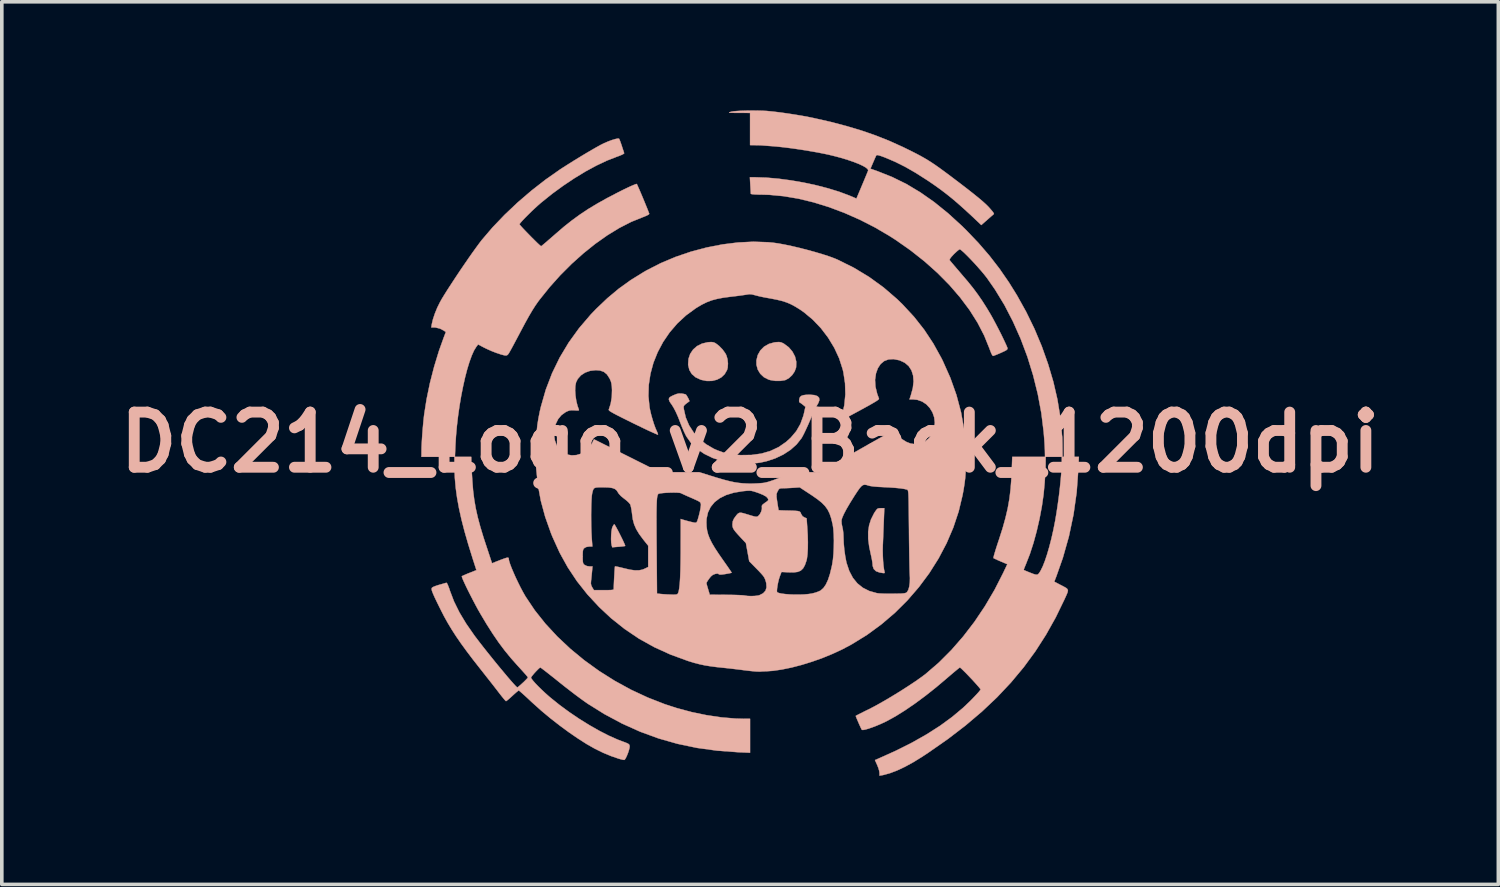
<source format=kicad_pcb>
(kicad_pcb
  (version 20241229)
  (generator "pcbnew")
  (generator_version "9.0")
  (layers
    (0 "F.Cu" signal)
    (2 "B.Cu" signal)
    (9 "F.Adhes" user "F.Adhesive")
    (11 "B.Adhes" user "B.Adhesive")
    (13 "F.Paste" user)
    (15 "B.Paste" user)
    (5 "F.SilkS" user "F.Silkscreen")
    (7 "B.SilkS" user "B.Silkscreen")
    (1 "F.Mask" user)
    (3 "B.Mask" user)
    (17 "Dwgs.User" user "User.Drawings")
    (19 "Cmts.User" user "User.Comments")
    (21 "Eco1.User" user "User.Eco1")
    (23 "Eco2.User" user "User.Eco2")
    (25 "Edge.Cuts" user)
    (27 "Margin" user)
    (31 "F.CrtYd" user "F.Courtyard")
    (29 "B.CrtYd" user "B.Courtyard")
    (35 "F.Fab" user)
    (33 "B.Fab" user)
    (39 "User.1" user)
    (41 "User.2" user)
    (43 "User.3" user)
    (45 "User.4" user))
  (footprint "DC214_Logo_v2_Back_1200dpi"
    (layer "F.Cu")
    (at 17.678 9.173)
    (property "Reference" "DC214_Logo_v2_Back_1200dpi" (at 0 0 0) (layer "B.SilkS") (effects (font (size 1.524 1.524) (thickness 0.3))))
    (attr through_hole)
    (fp_poly (pts (xy -3.738 2.283) (xy -3.709 2.331) (xy -3.671 2.401) (xy -3.626 2.486) (xy -3.58 2.578) (xy -3.535 2.668) (xy -3.496 2.75) (xy -3.467 2.815) (xy -3.452 2.855) (xy -3.451 2.864) (xy -3.475 2.87) (xy -3.531 2.877) (xy -3.608 2.885) (xy -3.635 2.887) (xy -3.809 2.901) (xy -3.825 2.842) (xy -3.837 2.771) (xy -3.841 2.674) (xy -3.838 2.568) (xy -3.83 2.466) (xy -3.816 2.382) (xy -3.804 2.344) (xy -3.779 2.295) (xy -3.757 2.267) (xy -3.752 2.265) (xy -3.738 2.283)) (stroke (width 0.01) (type solid)) (fill yes) (layer "B.SilkS"))
    (fp_poly (pts (xy 0.858 -2.762) (xy 0.916 -2.736) (xy 0.937 -2.724) (xy 1.069 -2.626) (xy 1.171 -2.506) (xy 1.242 -2.371) (xy 1.277 -2.227) (xy 1.273 -2.081) (xy 1.269 -2.058) (xy 1.23 -1.955) (xy 1.163 -1.857) (xy 1.077 -1.776) (xy 0.983 -1.723) (xy 0.963 -1.717) (xy 0.837 -1.697) (xy 0.695 -1.698) (xy 0.558 -1.72) (xy 0.508 -1.735) (xy 0.383 -1.799) (xy 0.283 -1.893) (xy 0.213 -2.009) (xy 0.177 -2.142) (xy 0.176 -2.264) (xy 0.213 -2.412) (xy 0.285 -2.539) (xy 0.388 -2.643) (xy 0.518 -2.718) (xy 0.671 -2.761) (xy 0.721 -2.767) (xy 0.8 -2.771) (xy 0.858 -2.762)) (stroke (width 0.01) (type solid)) (fill yes) (layer "B.SilkS"))
    (fp_poly (pts (xy -1.017 -2.765) (xy -0.97 -2.747) (xy -0.949 -2.735) (xy -0.852 -2.66) (xy -0.759 -2.564) (xy -0.685 -2.461) (xy -0.655 -2.405) (xy -0.624 -2.3) (xy -0.611 -2.18) (xy -0.618 -2.066) (xy -0.636 -1.998) (xy -0.701 -1.884) (xy -0.795 -1.794) (xy -0.914 -1.731) (xy -1.049 -1.697) (xy -1.196 -1.695) (xy -1.349 -1.726) (xy -1.367 -1.732) (xy -1.506 -1.797) (xy -1.609 -1.886) (xy -1.677 -1.998) (xy -1.709 -2.133) (xy -1.711 -2.155) (xy -1.701 -2.307) (xy -1.654 -2.444) (xy -1.574 -2.563) (xy -1.465 -2.659) (xy -1.329 -2.727) (xy -1.173 -2.764) (xy -1.154 -2.766) (xy -1.073 -2.771) (xy -1.017 -2.765)) (stroke (width 0.01) (type solid)) (fill yes) (layer "B.SilkS"))
    (fp_poly (pts (xy 3.696 2.175) (xy 3.69 2.326) (xy 3.683 2.492) (xy 3.677 2.657) (xy 3.671 2.802) (xy 3.669 2.836) (xy 3.666 2.983) (xy 3.669 3.135) (xy 3.676 3.282) (xy 3.688 3.414) (xy 3.703 3.521) (xy 3.717 3.582) (xy 3.721 3.604) (xy 3.711 3.614) (xy 3.678 3.614) (xy 3.616 3.604) (xy 3.577 3.597) (xy 3.481 3.562) (xy 3.418 3.501) (xy 3.389 3.416) (xy 3.387 3.384) (xy 3.381 3.321) (xy 3.367 3.235) (xy 3.348 3.143) (xy 3.346 3.136) (xy 3.293 2.889) (xy 3.265 2.67) (xy 3.264 2.474) (xy 3.29 2.296) (xy 3.343 2.129) (xy 3.424 1.968) (xy 3.449 1.927) (xy 3.49 1.868) (xy 3.521 1.836) (xy 3.558 1.823) (xy 3.612 1.82) (xy 3.614 1.82) (xy 3.71 1.82) (xy 3.696 2.175)) (stroke (width 0.01) (type solid)) (fill yes) (layer "B.SilkS"))
    (fp_poly (pts (xy -1.902 -1.348) (xy -1.89 -1.347) (xy -1.828 -1.336) (xy -1.785 -1.325) (xy -1.776 -1.322) (xy -1.757 -1.299) (xy -1.73 -1.255) (xy -1.702 -1.204) (xy -1.682 -1.159) (xy -1.675 -1.135) (xy -1.676 -1.134) (xy -1.753 -1.078) (xy -1.801 -1.039) (xy -1.827 -1.009) (xy -1.836 -0.979) (xy -1.833 -0.941) (xy -1.829 -0.912) (xy -1.777 -0.685) (xy -1.686 -0.47) (xy -1.559 -0.273) (xy -1.401 -0.096) (xy -1.213 0.056) (xy -1 0.18) (xy -0.889 0.228) (xy -0.734 0.283) (xy -0.586 0.32) (xy -0.427 0.343) (xy -0.26 0.354) (xy 0.039 0.35) (xy 0.313 0.312) (xy 0.563 0.239) (xy 0.792 0.131) (xy 0.999 -0.013) (xy 1.125 -0.128) (xy 1.278 -0.309) (xy 1.393 -0.51) (xy 1.474 -0.735) (xy 1.493 -0.813) (xy 1.53 -0.981) (xy 1.458 -1.04) (xy 1.411 -1.076) (xy 1.377 -1.098) (xy 1.371 -1.1) (xy 1.358 -1.118) (xy 1.356 -1.16) (xy 1.364 -1.209) (xy 1.38 -1.249) (xy 1.382 -1.251) (xy 1.418 -1.283) (xy 1.472 -1.302) (xy 1.553 -1.313) (xy 1.653 -1.315) (xy 1.776 -1.305) (xy 1.861 -1.277) (xy 1.907 -1.231) (xy 1.916 -1.167) (xy 1.886 -1.084) (xy 1.865 -1.049) (xy 1.836 -0.996) (xy 1.795 -0.913) (xy 1.746 -0.808) (xy 1.693 -0.69) (xy 1.65 -0.59) (xy 1.596 -0.466) (xy 1.54 -0.345) (xy 1.489 -0.238) (xy 1.445 -0.154) (xy 1.42 -0.111) (xy 1.286 0.058) (xy 1.118 0.208) (xy 0.919 0.338) (xy 0.696 0.444) (xy 0.452 0.524) (xy 0.281 0.561) (xy 0.191 0.573) (xy 0.075 0.581) (xy -0.057 0.587) (xy -0.191 0.59) (xy -0.317 0.589) (xy -0.423 0.585) (xy -0.487 0.579) (xy -0.777 0.518) (xy -1.037 0.431) (xy -1.266 0.319) (xy -1.463 0.184) (xy -1.627 0.025) (xy -1.756 -0.157) (xy -1.781 -0.203) (xy -1.825 -0.294) (xy -1.873 -0.404) (xy -1.917 -0.514) (xy -1.927 -0.54) (xy -1.987 -0.696) (xy -2.051 -0.839) (xy -2.114 -0.96) (xy -2.171 -1.051) (xy -2.189 -1.074) (xy -2.225 -1.129) (xy -2.243 -1.182) (xy -2.244 -1.191) (xy -2.237 -1.222) (xy -2.213 -1.249) (xy -2.161 -1.279) (xy -2.114 -1.301) (xy -2.03 -1.335) (xy -1.965 -1.349) (xy -1.902 -1.348)) (stroke (width 0.01) (type solid)) (fill yes) (layer "B.SilkS"))
    (fp_poly (pts (xy -3.624 -8.392) (xy -3.62 -8.389) (xy -3.606 -8.362) (xy -3.584 -8.305) (xy -3.557 -8.228) (xy -3.545 -8.191) (xy -3.518 -8.108) (xy -3.495 -8.04) (xy -3.481 -7.996) (xy -3.478 -7.988) (xy -3.493 -7.972) (xy -3.543 -7.946) (xy -3.62 -7.914) (xy -3.698 -7.886) (xy -3.963 -7.782) (xy -4.248 -7.647) (xy -4.547 -7.485) (xy -4.853 -7.299) (xy -5.162 -7.092) (xy -5.469 -6.868) (xy -5.766 -6.629) (xy -5.768 -6.628) (xy -5.852 -6.555) (xy -5.943 -6.472) (xy -6.038 -6.383) (xy -6.129 -6.293) (xy -6.213 -6.209) (xy -6.285 -6.134) (xy -6.337 -6.075) (xy -6.367 -6.036) (xy -6.371 -6.025) (xy -6.357 -6.004) (xy -6.318 -5.959) (xy -6.26 -5.896) (xy -6.188 -5.821) (xy -6.108 -5.739) (xy -6.026 -5.655) (xy -5.947 -5.577) (xy -5.877 -5.508) (xy -5.821 -5.456) (xy -5.784 -5.425) (xy -5.774 -5.419) (xy -5.755 -5.432) (xy -5.709 -5.47) (xy -5.64 -5.528) (xy -5.553 -5.604) (xy -5.451 -5.692) (xy -5.364 -5.768) (xy -5.143 -5.958) (xy -4.925 -6.131) (xy -4.704 -6.292) (xy -4.473 -6.446) (xy -4.224 -6.596) (xy -3.952 -6.748) (xy -3.649 -6.906) (xy -3.512 -6.975) (xy -3.398 -7.03) (xy -3.297 -7.077) (xy -3.215 -7.112) (xy -3.158 -7.134) (xy -3.132 -7.14) (xy -3.131 -7.139) (xy -3.118 -7.115) (xy -3.093 -7.058) (xy -3.057 -6.977) (xy -3.015 -6.879) (xy -2.969 -6.77) (xy -2.923 -6.659) (xy -2.879 -6.551) (xy -2.84 -6.456) (xy -2.81 -6.379) (xy -2.791 -6.328) (xy -2.786 -6.313) (xy -2.804 -6.293) (xy -2.855 -6.266) (xy -2.933 -6.233) (xy -2.963 -6.222) (xy -3.284 -6.092) (xy -3.612 -5.924) (xy -3.944 -5.721) (xy -4.277 -5.486) (xy -4.606 -5.222) (xy -4.929 -4.933) (xy -5.241 -4.621) (xy -5.538 -4.289) (xy -5.818 -3.94) (xy -5.86 -3.884) (xy -5.936 -3.775) (xy -6.019 -3.644) (xy -6.111 -3.487) (xy -6.215 -3.3) (xy -6.321 -3.101) (xy -6.397 -2.957) (xy -6.469 -2.821) (xy -6.534 -2.699) (xy -6.589 -2.597) (xy -6.631 -2.521) (xy -6.658 -2.475) (xy -6.66 -2.47) (xy -6.695 -2.421) (xy -6.725 -2.401) (xy -6.766 -2.4) (xy -6.79 -2.404) (xy -6.883 -2.428) (xy -7.001 -2.467) (xy -7.131 -2.517) (xy -7.26 -2.574) (xy -7.355 -2.62) (xy -7.516 -2.705) (xy -7.566 -2.638) (xy -7.629 -2.536) (xy -7.692 -2.395) (xy -7.755 -2.221) (xy -7.817 -2.019) (xy -7.876 -1.792) (xy -7.931 -1.545) (xy -7.983 -1.283) (xy -8.029 -1.01) (xy -8.069 -0.731) (xy -8.102 -0.45) (xy -8.127 -0.171) (xy -8.142 0.079) (xy -8.156 0.402) (xy -7.705 0.402) (xy -7.702 0.545) (xy -7.7 0.634) (xy -7.697 0.72) (xy -7.694 0.773) (xy -7.69 0.83) (xy -7.684 0.917) (xy -7.678 1.017) (xy -7.674 1.076) (xy -7.654 1.334) (xy -7.623 1.58) (xy -7.581 1.824) (xy -7.525 2.075) (xy -7.453 2.342) (xy -7.365 2.633) (xy -7.321 2.767) (xy -7.131 3.343) (xy -7.021 3.299) (xy -6.895 3.25) (xy -6.803 3.216) (xy -6.74 3.195) (xy -6.701 3.187) (xy -6.679 3.191) (xy -6.669 3.206) (xy -6.668 3.23) (xy -6.658 3.283) (xy -6.631 3.367) (xy -6.59 3.475) (xy -6.537 3.6) (xy -6.477 3.736) (xy -6.41 3.876) (xy -6.342 4.013) (xy -6.274 4.141) (xy -6.21 4.253) (xy -6.203 4.265) (xy -5.948 4.645) (xy -5.655 5.013) (xy -5.327 5.367) (xy -4.968 5.705) (xy -4.582 6.023) (xy -4.171 6.32) (xy -3.739 6.592) (xy -3.29 6.838) (xy -2.826 7.054) (xy -2.352 7.239) (xy -2.032 7.343) (xy -1.62 7.454) (xy -1.206 7.54) (xy -0.799 7.601) (xy -0.407 7.634) (xy -0.164 7.641) (xy 0 7.641) (xy 0 8.579) (xy -0.323 8.565) (xy -0.906 8.522) (xy -1.466 8.445) (xy -2.006 8.332) (xy -2.529 8.183) (xy -3.038 7.997) (xy -3.536 7.773) (xy -4.027 7.51) (xy -4.478 7.229) (xy -4.574 7.162) (xy -4.696 7.074) (xy -4.835 6.971) (xy -4.982 6.858) (xy -5.132 6.742) (xy -5.275 6.628) (xy -5.276 6.627) (xy -5.401 6.526) (xy -5.517 6.435) (xy -5.618 6.355) (xy -5.7 6.292) (xy -5.759 6.247) (xy -5.792 6.225) (xy -5.796 6.223) (xy -5.821 6.238) (xy -5.863 6.277) (xy -5.915 6.33) (xy -5.969 6.389) (xy -6.015 6.445) (xy -6.046 6.487) (xy -6.054 6.505) (xy -6.038 6.536) (xy -5.996 6.59) (xy -5.933 6.662) (xy -5.852 6.746) (xy -5.759 6.837) (xy -5.66 6.93) (xy -5.559 7.02) (xy -5.519 7.054) (xy -5.267 7.257) (xy -4.998 7.455) (xy -4.72 7.643) (xy -4.44 7.817) (xy -4.164 7.974) (xy -3.9 8.109) (xy -3.652 8.219) (xy -3.535 8.263) (xy -3.443 8.297) (xy -3.384 8.322) (xy -3.35 8.343) (xy -3.334 8.365) (xy -3.328 8.394) (xy -3.327 8.397) (xy -3.332 8.445) (xy -3.349 8.513) (xy -3.375 8.591) (xy -3.406 8.667) (xy -3.437 8.73) (xy -3.463 8.77) (xy -3.475 8.777) (xy -3.509 8.774) (xy -3.569 8.76) (xy -3.63 8.743) (xy -3.84 8.671) (xy -4.064 8.578) (xy -4.286 8.469) (xy -4.297 8.463) (xy -4.517 8.338) (xy -4.757 8.185) (xy -5.009 8.012) (xy -5.267 7.822) (xy -5.523 7.622) (xy -5.769 7.417) (xy -5.998 7.212) (xy -6.032 7.181) (xy -6.132 7.087) (xy -6.222 7.004) (xy -6.298 6.936) (xy -6.354 6.887) (xy -6.387 6.861) (xy -6.392 6.858) (xy -6.414 6.872) (xy -6.459 6.908) (xy -6.52 6.962) (xy -6.568 7.006) (xy -6.636 7.068) (xy -6.693 7.117) (xy -6.732 7.147) (xy -6.745 7.153) (xy -6.763 7.137) (xy -6.802 7.093) (xy -6.856 7.027) (xy -6.919 6.947) (xy -6.935 6.926) (xy -6.998 6.844) (xy -7.08 6.738) (xy -7.177 6.614) (xy -7.283 6.48) (xy -7.39 6.343) (xy -7.46 6.255) (xy -7.66 6) (xy -7.834 5.77) (xy -7.987 5.56) (xy -8.122 5.364) (xy -8.243 5.176) (xy -8.354 4.992) (xy -8.458 4.805) (xy -8.558 4.609) (xy -8.582 4.561) (xy -8.657 4.408) (xy -8.714 4.289) (xy -8.755 4.197) (xy -8.782 4.13) (xy -8.797 4.083) (xy -8.8 4.05) (xy -8.795 4.027) (xy -8.783 4.013) (xy -8.749 3.994) (xy -8.686 3.969) (xy -8.606 3.943) (xy -8.584 3.937) (xy -8.503 3.914) (xy -8.437 3.895) (xy -8.397 3.883) (xy -8.392 3.881) (xy -8.375 3.896) (xy -8.35 3.948) (xy -8.317 4.032) (xy -8.291 4.111) (xy -8.181 4.399) (xy -8.033 4.699) (xy -7.845 5.012) (xy -7.618 5.339) (xy -7.582 5.387) (xy -7.484 5.515) (xy -7.377 5.653) (xy -7.262 5.798) (xy -7.144 5.945) (xy -7.026 6.091) (xy -6.91 6.232) (xy -6.799 6.365) (xy -6.698 6.486) (xy -6.608 6.59) (xy -6.534 6.674) (xy -6.477 6.735) (xy -6.442 6.768) (xy -6.433 6.773) (xy -6.409 6.76) (xy -6.366 6.724) (xy -6.31 6.674) (xy -6.25 6.619) (xy -6.196 6.565) (xy -6.156 6.523) (xy -6.139 6.498) (xy -6.138 6.497) (xy -6.152 6.477) (xy -6.19 6.431) (xy -6.249 6.364) (xy -6.323 6.282) (xy -6.409 6.188) (xy -6.419 6.177) (xy -6.604 5.969) (xy -6.778 5.757) (xy -6.946 5.533) (xy -7.113 5.289) (xy -7.284 5.02) (xy -7.45 4.741) (xy -7.514 4.63) (xy -7.582 4.505) (xy -7.651 4.374) (xy -7.72 4.24) (xy -7.786 4.11) (xy -7.845 3.99) (xy -7.895 3.883) (xy -7.934 3.797) (xy -7.958 3.735) (xy -7.966 3.704) (xy -7.965 3.702) (xy -7.939 3.688) (xy -7.883 3.663) (xy -7.807 3.63) (xy -7.755 3.61) (xy -7.562 3.533) (xy -7.666 3.211) (xy -7.787 2.821) (xy -7.89 2.463) (xy -7.975 2.133) (xy -8.043 1.826) (xy -8.096 1.536) (xy -8.134 1.259) (xy -8.158 0.99) (xy -8.169 0.724) (xy -8.17 0.619) (xy -8.17 0.402) (xy -9.081 0.402) (xy -9.08 0.249) (xy -9.078 0.127) (xy -9.07 -0.026) (xy -9.059 -0.198) (xy -9.045 -0.378) (xy -9.029 -0.554) (xy -9.012 -0.716) (xy -9.005 -0.773) (xy -8.938 -1.198) (xy -8.846 -1.641) (xy -8.731 -2.088) (xy -8.598 -2.525) (xy -8.466 -2.894) (xy -8.407 -3.048) (xy -8.463 -3.087) (xy -8.571 -3.143) (xy -8.691 -3.172) (xy -8.736 -3.175) (xy -8.809 -3.175) (xy -8.795 -3.265) (xy -8.763 -3.4) (xy -8.711 -3.556) (xy -8.644 -3.721) (xy -8.571 -3.868) (xy -8.52 -3.96) (xy -8.447 -4.08) (xy -8.357 -4.223) (xy -8.253 -4.383) (xy -8.14 -4.555) (xy -8.022 -4.733) (xy -7.901 -4.91) (xy -7.783 -5.082) (xy -7.67 -5.243) (xy -7.567 -5.386) (xy -7.478 -5.507) (xy -7.416 -5.588) (xy -7.118 -5.937) (xy -6.785 -6.285) (xy -6.425 -6.626) (xy -6.045 -6.952) (xy -5.653 -7.258) (xy -5.255 -7.537) (xy -5.186 -7.582) (xy -5.023 -7.686) (xy -4.854 -7.792) (xy -4.685 -7.895) (xy -4.522 -7.993) (xy -4.37 -8.082) (xy -4.236 -8.159) (xy -4.125 -8.22) (xy -4.043 -8.261) (xy -4.035 -8.265) (xy -3.923 -8.313) (xy -3.819 -8.352) (xy -3.729 -8.379) (xy -3.662 -8.393) (xy -3.624 -8.392)) (stroke (width 0.01) (type solid)) (fill yes) (layer "B.SilkS"))
    (fp_poly (pts (xy 0.191 -9.167) (xy 0.333 -9.163) (xy 0.46 -9.157) (xy 0.489 -9.154) (xy 0.641 -9.139) (xy 0.824 -9.117) (xy 1.024 -9.089) (xy 1.232 -9.057) (xy 1.437 -9.023) (xy 1.625 -8.988) (xy 1.757 -8.961) (xy 2.233 -8.853) (xy 2.673 -8.737) (xy 3.086 -8.613) (xy 3.477 -8.477) (xy 3.853 -8.327) (xy 4.222 -8.161) (xy 4.474 -8.037) (xy 4.6 -7.973) (xy 4.711 -7.914) (xy 4.814 -7.856) (xy 4.913 -7.797) (xy 5.013 -7.734) (xy 5.12 -7.662) (xy 5.238 -7.579) (xy 5.372 -7.481) (xy 5.528 -7.365) (xy 5.71 -7.227) (xy 5.788 -7.168) (xy 5.994 -7.01) (xy 6.167 -6.874) (xy 6.311 -6.758) (xy 6.427 -6.66) (xy 6.519 -6.577) (xy 6.588 -6.508) (xy 6.59 -6.506) (xy 6.654 -6.434) (xy 6.704 -6.374) (xy 6.734 -6.33) (xy 6.739 -6.31) (xy 6.716 -6.29) (xy 6.669 -6.249) (xy 6.605 -6.193) (xy 6.555 -6.149) (xy 6.39 -6.004) (xy 6.301 -6.089) (xy 6.091 -6.287) (xy 5.903 -6.459) (xy 5.733 -6.61) (xy 5.574 -6.745) (xy 5.419 -6.869) (xy 5.265 -6.986) (xy 5.103 -7.102) (xy 4.929 -7.221) (xy 4.879 -7.254) (xy 4.573 -7.449) (xy 4.287 -7.613) (xy 4.013 -7.75) (xy 3.746 -7.864) (xy 3.715 -7.876) (xy 3.617 -7.912) (xy 3.551 -7.932) (xy 3.511 -7.938) (xy 3.491 -7.932) (xy 3.487 -7.927) (xy 3.472 -7.896) (xy 3.445 -7.836) (xy 3.412 -7.759) (xy 3.399 -7.73) (xy 3.327 -7.561) (xy 3.52 -7.493) (xy 3.923 -7.333) (xy 4.318 -7.139) (xy 4.706 -6.907) (xy 5.09 -6.638) (xy 5.472 -6.329) (xy 5.854 -5.98) (xy 5.981 -5.855) (xy 6.315 -5.505) (xy 6.616 -5.156) (xy 6.894 -4.796) (xy 7.157 -4.415) (xy 7.375 -4.064) (xy 7.629 -3.608) (xy 7.859 -3.136) (xy 8.062 -2.652) (xy 8.236 -2.162) (xy 8.381 -1.673) (xy 8.493 -1.188) (xy 8.571 -0.714) (xy 8.605 -0.381) (xy 8.613 -0.29) (xy 8.619 -0.213) (xy 8.625 -0.161) (xy 8.627 -0.148) (xy 8.629 -0.116) (xy 8.631 -0.05) (xy 8.633 0.039) (xy 8.634 0.142) (xy 8.634 0.143) (xy 8.636 0.402) (xy 9.087 0.402) (xy 9.072 0.746) (xy 9.026 1.377) (xy 8.939 1.994) (xy 8.812 2.599) (xy 8.644 3.193) (xy 8.466 3.699) (xy 8.407 3.852) (xy 8.572 3.938) (xy 8.667 3.987) (xy 8.732 4.023) (xy 8.77 4.056) (xy 8.784 4.093) (xy 8.775 4.143) (xy 8.746 4.215) (xy 8.7 4.316) (xy 8.689 4.34) (xy 8.446 4.841) (xy 8.178 5.319) (xy 7.884 5.777) (xy 7.562 6.216) (xy 7.21 6.638) (xy 6.826 7.046) (xy 6.407 7.442) (xy 5.953 7.827) (xy 5.461 8.204) (xy 4.929 8.575) (xy 4.741 8.699) (xy 4.507 8.843) (xy 4.28 8.967) (xy 4.066 9.068) (xy 3.869 9.143) (xy 3.696 9.191) (xy 3.657 9.199) (xy 3.577 9.212) (xy 3.577 9.135) (xy 3.568 9.076) (xy 3.545 8.998) (xy 3.514 8.92) (xy 3.452 8.782) (xy 3.547 8.741) (xy 4.031 8.523) (xy 4.475 8.3) (xy 4.881 8.07) (xy 5.251 7.834) (xy 5.586 7.589) (xy 5.889 7.335) (xy 6.08 7.153) (xy 6.17 7.061) (xy 6.249 6.978) (xy 6.312 6.909) (xy 6.354 6.858) (xy 6.371 6.832) (xy 6.371 6.831) (xy 6.357 6.807) (xy 6.319 6.76) (xy 6.262 6.695) (xy 6.192 6.617) (xy 6.114 6.533) (xy 6.034 6.449) (xy 5.958 6.37) (xy 5.89 6.303) (xy 5.838 6.253) (xy 5.805 6.226) (xy 5.798 6.223) (xy 5.778 6.236) (xy 5.73 6.274) (xy 5.661 6.331) (xy 5.574 6.404) (xy 5.476 6.488) (xy 5.44 6.519) (xy 5.142 6.771) (xy 4.847 7.005) (xy 4.56 7.217) (xy 4.285 7.406) (xy 4.026 7.568) (xy 3.787 7.7) (xy 3.736 7.725) (xy 3.614 7.782) (xy 3.491 7.834) (xy 3.373 7.879) (xy 3.268 7.915) (xy 3.181 7.939) (xy 3.119 7.95) (xy 3.09 7.946) (xy 3.076 7.921) (xy 3.051 7.869) (xy 3.019 7.799) (xy 2.986 7.723) (xy 2.955 7.651) (xy 2.932 7.594) (xy 2.921 7.563) (xy 2.921 7.561) (xy 2.939 7.55) (xy 2.989 7.524) (xy 3.066 7.485) (xy 3.163 7.436) (xy 3.274 7.382) (xy 3.277 7.381) (xy 3.429 7.302) (xy 3.605 7.205) (xy 3.797 7.094) (xy 3.997 6.974) (xy 4.197 6.85) (xy 4.391 6.725) (xy 4.57 6.606) (xy 4.726 6.496) (xy 4.854 6.401) (xy 4.86 6.395) (xy 5.216 6.088) (xy 5.56 5.744) (xy 5.889 5.367) (xy 6.201 4.961) (xy 6.491 4.529) (xy 6.757 4.077) (xy 6.996 3.608) (xy 6.997 3.605) (xy 7.034 3.529) (xy 7.565 3.529) (xy 7.587 3.54) (xy 7.639 3.562) (xy 7.712 3.592) (xy 7.75 3.607) (xy 7.841 3.642) (xy 7.902 3.658) (xy 7.945 3.655) (xy 7.978 3.629) (xy 8.012 3.578) (xy 8.029 3.549) (xy 8.087 3.433) (xy 8.147 3.281) (xy 8.208 3.098) (xy 8.269 2.889) (xy 8.328 2.66) (xy 8.383 2.417) (xy 8.433 2.164) (xy 8.434 2.156) (xy 8.47 1.943) (xy 8.504 1.715) (xy 8.536 1.482) (xy 8.563 1.251) (xy 8.585 1.031) (xy 8.602 0.829) (xy 8.612 0.654) (xy 8.615 0.537) (xy 8.615 0.402) (xy 8.17 0.402) (xy 8.168 0.609) (xy 8.166 0.704) (xy 8.164 0.788) (xy 8.161 0.849) (xy 8.16 0.868) (xy 8.156 0.913) (xy 8.15 0.986) (xy 8.144 1.076) (xy 8.142 1.111) (xy 8.112 1.434) (xy 8.064 1.771) (xy 7.999 2.115) (xy 7.921 2.455) (xy 7.832 2.782) (xy 7.733 3.087) (xy 7.626 3.361) (xy 7.611 3.397) (xy 7.584 3.462) (xy 7.567 3.509) (xy 7.565 3.529) (xy 7.034 3.529) (xy 7.109 3.369) (xy 6.925 3.291) (xy 6.844 3.256) (xy 6.777 3.225) (xy 6.735 3.204) (xy 6.726 3.199) (xy 6.729 3.176) (xy 6.743 3.118) (xy 6.768 3.032) (xy 6.802 2.922) (xy 6.843 2.795) (xy 6.879 2.688) (xy 6.978 2.379) (xy 7.057 2.096) (xy 7.12 1.828) (xy 7.167 1.563) (xy 7.2 1.29) (xy 7.222 0.999) (xy 7.232 0.778) (xy 7.246 0.402) (xy 8.151 0.402) (xy 8.148 0.228) (xy 8.144 0.143) (xy 8.138 0.029) (xy 8.129 -0.102) (xy 8.118 -0.236) (xy 8.114 -0.286) (xy 8.05 -0.807) (xy 7.952 -1.33) (xy 7.823 -1.85) (xy 7.665 -2.362) (xy 7.478 -2.86) (xy 7.265 -3.339) (xy 7.029 -3.795) (xy 6.769 -4.222) (xy 6.543 -4.546) (xy 6.474 -4.634) (xy 6.391 -4.733) (xy 6.299 -4.838) (xy 6.203 -4.945) (xy 6.107 -5.047) (xy 6.016 -5.141) (xy 5.934 -5.222) (xy 5.866 -5.284) (xy 5.818 -5.323) (xy 5.794 -5.334) (xy 5.768 -5.32) (xy 5.721 -5.282) (xy 5.661 -5.227) (xy 5.632 -5.199) (xy 5.562 -5.123) (xy 5.523 -5.07) (xy 5.514 -5.039) (xy 5.516 -5.035) (xy 5.534 -5.011) (xy 5.576 -4.96) (xy 5.638 -4.887) (xy 5.715 -4.797) (xy 5.804 -4.693) (xy 5.867 -4.619) (xy 6.032 -4.425) (xy 6.174 -4.248) (xy 6.3 -4.078) (xy 6.42 -3.903) (xy 6.541 -3.712) (xy 6.635 -3.556) (xy 6.686 -3.467) (xy 6.745 -3.358) (xy 6.809 -3.237) (xy 6.875 -3.11) (xy 6.939 -2.984) (xy 6.997 -2.864) (xy 7.047 -2.758) (xy 7.086 -2.673) (xy 7.11 -2.615) (xy 7.115 -2.596) (xy 7.111 -2.574) (xy 7.087 -2.55) (xy 7.035 -2.521) (xy 6.951 -2.482) (xy 6.934 -2.474) (xy 6.85 -2.438) (xy 6.779 -2.409) (xy 6.73 -2.391) (xy 6.717 -2.387) (xy 6.695 -2.404) (xy 6.665 -2.462) (xy 6.627 -2.559) (xy 6.615 -2.593) (xy 6.471 -2.949) (xy 6.287 -3.305) (xy 6.064 -3.658) (xy 5.804 -4.005) (xy 5.51 -4.346) (xy 5.184 -4.676) (xy 4.826 -4.996) (xy 4.44 -5.301) (xy 4.027 -5.591) (xy 3.863 -5.696) (xy 3.457 -5.935) (xy 3.039 -6.149) (xy 2.613 -6.337) (xy 2.184 -6.499) (xy 1.757 -6.631) (xy 1.336 -6.733) (xy 0.926 -6.802) (xy 0.532 -6.839) (xy 0.355 -6.844) (xy 0.217 -6.846) (xy 0.114 -6.851) (xy 0.047 -6.858) (xy 0.021 -6.867) (xy 0.021 -6.868) (xy 0.019 -6.897) (xy 0.016 -6.959) (xy 0.011 -7.042) (xy 0.007 -7.107) (xy -0.005 -7.324) (xy 0.14 -7.324) (xy 0.451 -7.314) (xy 0.782 -7.285) (xy 1.127 -7.239) (xy 1.476 -7.179) (xy 1.821 -7.105) (xy 2.153 -7.019) (xy 2.463 -6.924) (xy 2.742 -6.82) (xy 2.83 -6.783) (xy 2.94 -6.735) (xy 3.098 -7.11) (xy 3.148 -7.229) (xy 3.192 -7.335) (xy 3.228 -7.422) (xy 3.253 -7.483) (xy 3.264 -7.513) (xy 3.264 -7.514) (xy 3.251 -7.549) (xy 3.201 -7.592) (xy 3.118 -7.64) (xy 3.007 -7.692) (xy 2.87 -7.746) (xy 2.713 -7.8) (xy 2.54 -7.854) (xy 2.354 -7.904) (xy 2.161 -7.951) (xy 2.08 -7.968) (xy 1.865 -8.011) (xy 1.633 -8.051) (xy 1.394 -8.09) (xy 1.159 -8.124) (xy 0.937 -8.152) (xy 0.74 -8.173) (xy 0.635 -8.182) (xy 0.537 -8.189) (xy 0.447 -8.196) (xy 0.379 -8.201) (xy 0.36 -8.203) (xy 0.299 -8.207) (xy 0.216 -8.21) (xy 0.143 -8.211) (xy 0 -8.213) (xy 0 -9.102) (xy -0.312 -9.104) (xy -0.432 -9.104) (xy -0.514 -9.106) (xy -0.562 -9.108) (xy -0.58 -9.112) (xy -0.572 -9.119) (xy -0.543 -9.129) (xy -0.519 -9.136) (xy -0.458 -9.147) (xy -0.363 -9.155) (xy -0.243 -9.162) (xy -0.105 -9.166) (xy 0.043 -9.168) (xy 0.191 -9.167)) (stroke (width 0.01) (type solid)) (fill yes) (layer "B.SilkS"))
    (fp_poly (pts (xy 0.499 -5.529) (xy 0.629 -5.517) (xy 0.78 -5.496) (xy 0.959 -5.463) (xy 1.159 -5.421) (xy 1.371 -5.371) (xy 1.587 -5.315) (xy 1.8 -5.257) (xy 2.001 -5.197) (xy 2.181 -5.139) (xy 2.333 -5.083) (xy 2.412 -5.05) (xy 2.864 -4.826) (xy 3.29 -4.569) (xy 3.69 -4.279) (xy 4.067 -3.954) (xy 4.213 -3.812) (xy 4.531 -3.469) (xy 4.812 -3.112) (xy 5.063 -2.732) (xy 5.289 -2.324) (xy 5.324 -2.254) (xy 5.535 -1.781) (xy 5.703 -1.308) (xy 5.83 -0.832) (xy 5.916 -0.353) (xy 5.96 0.13) (xy 5.967 0.474) (xy 5.964 0.669) (xy 5.957 0.835) (xy 5.946 0.985) (xy 5.928 1.132) (xy 5.904 1.288) (xy 5.873 1.458) (xy 5.765 1.91) (xy 5.617 2.355) (xy 5.431 2.789) (xy 5.209 3.21) (xy 4.953 3.616) (xy 4.665 4.003) (xy 4.347 4.37) (xy 4.001 4.714) (xy 3.629 5.031) (xy 3.233 5.321) (xy 2.815 5.579) (xy 2.543 5.724) (xy 2.28 5.846) (xy 2.002 5.96) (xy 1.715 6.062) (xy 1.428 6.151) (xy 1.147 6.224) (xy 0.88 6.279) (xy 0.635 6.315) (xy 0.463 6.327) (xy 0.386 6.33) (xy 0.327 6.333) (xy 0.298 6.335) (xy 0.297 6.336) (xy 0.271 6.337) (xy 0.217 6.336) (xy 0.169 6.334) (xy 0.097 6.328) (xy -0.001 6.318) (xy -0.11 6.305) (xy -0.169 6.298) (xy -0.275 6.284) (xy -0.407 6.268) (xy -0.55 6.251) (xy -0.69 6.236) (xy -0.72 6.233) (xy -0.927 6.211) (xy -1.102 6.188) (xy -1.255 6.163) (xy -1.395 6.133) (xy -1.533 6.098) (xy -1.678 6.054) (xy -1.724 6.039) (xy -2.2 5.865) (xy -2.648 5.661) (xy -3.069 5.427) (xy -3.466 5.159) (xy -3.844 4.858) (xy -4.171 4.552) (xy -4.495 4.203) (xy -4.783 3.839) (xy -5.038 3.455) (xy -5.205 3.154) (xy -4.625 3.154) (xy -4.624 3.247) (xy -4.62 3.308) (xy -4.611 3.346) (xy -4.594 3.371) (xy -4.575 3.388) (xy -4.508 3.42) (xy -4.44 3.429) (xy -4.355 3.429) (xy -4.368 3.572) (xy -4.377 3.667) (xy -4.387 3.765) (xy -4.394 3.825) (xy -4.399 3.9) (xy -4.389 3.955) (xy -4.361 4.01) (xy -4.315 4.085) (xy -4.041 4.085) (xy -3.929 4.085) (xy -3.853 4.083) (xy -3.806 4.079) (xy -3.78 4.072) (xy -3.769 4.059) (xy -3.767 4.04) (xy -3.767 4.038) (xy -3.765 3.958) (xy -3.761 3.863) (xy -3.756 3.759) (xy -3.75 3.656) (xy -3.745 3.563) (xy -3.739 3.488) (xy -3.735 3.441) (xy -3.732 3.429) (xy -3.709 3.431) (xy -3.654 3.441) (xy -3.575 3.459) (xy -3.486 3.481) (xy -3.32 3.52) (xy -3.184 3.539) (xy -3.071 3.538) (xy -2.975 3.519) (xy -2.914 3.494) (xy -2.815 3.446) (xy -2.815 2.857) (xy -2.954 2.683) (xy -3.065 2.533) (xy -3.146 2.399) (xy -3.203 2.268) (xy -3.24 2.131) (xy -3.241 2.121) (xy -2.587 2.121) (xy -2.586 2.321) (xy -2.585 2.556) (xy -2.583 2.83) (xy -2.582 2.91) (xy -2.572 4.18) (xy -2.466 4.192) (xy -2.392 4.198) (xy -2.295 4.204) (xy -2.195 4.208) (xy -2.187 4.209) (xy -2.1 4.21) (xy -2.045 4.207) (xy -2.014 4.198) (xy -1.996 4.181) (xy -1.991 4.173) (xy -1.972 4.119) (xy -1.957 4.031) (xy -1.943 3.909) (xy -1.933 3.751) (xy -1.925 3.555) (xy -1.92 3.321) (xy -1.917 3.046) (xy -1.917 2.916) (xy -1.917 2.737) (xy -1.916 2.571) (xy -1.916 2.425) (xy -1.916 2.302) (xy -1.916 2.206) (xy -1.916 2.143) (xy -1.916 2.117) (xy -1.916 2.117) (xy -1.897 2.126) (xy -1.848 2.141) (xy -1.779 2.161) (xy -1.702 2.182) (xy -1.626 2.201) (xy -1.564 2.215) (xy -1.525 2.222) (xy -1.521 2.222) (xy -1.496 2.22) (xy -1.48 2.21) (xy -1.206 2.21) (xy -1.202 2.328) (xy -1.187 2.438) (xy -1.159 2.547) (xy -1.116 2.659) (xy -1.055 2.782) (xy -0.973 2.921) (xy -0.868 3.081) (xy -0.772 3.219) (xy -0.695 3.329) (xy -0.626 3.427) (xy -0.57 3.509) (xy -0.53 3.568) (xy -0.51 3.599) (xy -0.508 3.603) (xy -0.527 3.61) (xy -0.579 3.622) (xy -0.652 3.635) (xy -0.68 3.64) (xy -0.77 3.653) (xy -0.826 3.656) (xy -0.857 3.651) (xy -0.867 3.642) (xy -0.889 3.628) (xy -0.933 3.631) (xy -0.969 3.639) (xy -1.03 3.664) (xy -1.083 3.708) (xy -1.131 3.768) (xy -1.171 3.826) (xy -1.198 3.87) (xy -1.206 3.888) (xy -1.201 3.915) (xy -1.186 3.97) (xy -1.164 4.044) (xy -1.16 4.058) (xy -1.114 4.212) (xy -0.668 4.215) (xy -0.531 4.216) (xy -0.404 4.219) (xy -0.296 4.223) (xy -0.214 4.227) (xy -0.165 4.232) (xy -0.159 4.233) (xy -0.074 4.246) (xy 0.029 4.25) (xy 0.135 4.246) (xy 0.225 4.234) (xy 0.261 4.224) (xy 0.362 4.172) (xy 0.427 4.101) (xy 0.455 4.009) (xy 0.448 3.894) (xy 0.434 3.84) (xy 0.416 3.786) (xy 0.394 3.738) (xy 0.361 3.689) (xy 0.311 3.631) (xy 0.24 3.555) (xy 0.187 3.501) (xy -0.023 3.287) (xy -0.069 3.036) (xy -0.115 2.784) (xy -0.255 2.636) (xy -0.342 2.541) (xy -0.405 2.469) (xy -0.446 2.414) (xy -0.471 2.369) (xy -0.483 2.327) (xy -0.487 2.281) (xy -0.487 2.265) (xy -0.477 2.181) (xy -0.444 2.108) (xy -0.426 2.083) (xy -0.377 2.016) (xy -0.337 1.972) (xy -0.298 1.95) (xy -0.25 1.946) (xy -0.184 1.96) (xy -0.09 1.988) (xy -0.054 1.999) (xy 0.047 2.03) (xy 0.116 2.049) (xy 0.161 2.057) (xy 0.192 2.055) (xy 0.217 2.044) (xy 0.223 2.04) (xy 0.268 1.992) (xy 0.305 1.922) (xy 0.327 1.848) (xy 0.327 1.79) (xy 0.325 1.756) (xy 0.344 1.725) (xy 0.392 1.687) (xy 0.411 1.673) (xy 0.469 1.633) (xy 0.498 1.606) (xy 0.504 1.584) (xy 0.493 1.556) (xy 0.486 1.544) (xy 0.445 1.5) (xy 0.393 1.471) (xy 0.73 1.471) (xy 0.734 1.529) (xy 0.746 1.615) (xy 0.752 1.655) (xy 0.766 1.745) (xy 0.778 1.817) (xy 0.786 1.864) (xy 0.789 1.876) (xy 0.811 1.878) (xy 0.866 1.881) (xy 0.947 1.884) (xy 1.033 1.886) (xy 1.162 1.889) (xy 1.256 1.894) (xy 1.32 1.9) (xy 1.362 1.911) (xy 1.386 1.927) (xy 1.4 1.95) (xy 1.409 1.976) (xy 1.449 2.042) (xy 1.496 2.072) (xy 1.563 2.102) (xy 1.58 2.347) (xy 1.593 2.561) (xy 1.598 2.76) (xy 1.596 2.939) (xy 1.587 3.092) (xy 1.572 3.212) (xy 1.559 3.27) (xy 1.515 3.395) (xy 1.465 3.485) (xy 1.401 3.546) (xy 1.317 3.581) (xy 1.205 3.595) (xy 1.066 3.593) (xy 0.869 3.583) (xy 0.823 3.702) (xy 0.799 3.776) (xy 0.777 3.863) (xy 0.759 3.954) (xy 0.747 4.037) (xy 0.742 4.102) (xy 0.746 4.138) (xy 0.748 4.141) (xy 0.791 4.163) (xy 0.868 4.181) (xy 0.972 4.194) (xy 1.095 4.204) (xy 1.23 4.209) (xy 1.367 4.209) (xy 1.5 4.204) (xy 1.621 4.193) (xy 1.71 4.179) (xy 1.801 4.156) (xy 1.886 4.126) (xy 1.949 4.097) (xy 1.951 4.095) (xy 2.027 4.028) (xy 2.094 3.932) (xy 2.154 3.803) (xy 2.208 3.639) (xy 2.257 3.436) (xy 2.269 3.378) (xy 2.291 3.238) (xy 2.306 3.074) (xy 2.314 2.896) (xy 2.317 2.715) (xy 2.312 2.542) (xy 2.301 2.389) (xy 2.283 2.265) (xy 2.28 2.254) (xy 2.272 2.222) (xy 2.527 2.222) (xy 2.544 2.317) (xy 2.549 2.335) (xy 2.566 2.418) (xy 2.578 2.519) (xy 2.582 2.613) (xy 2.588 2.782) (xy 2.604 2.964) (xy 2.629 3.143) (xy 2.659 3.302) (xy 2.667 3.335) (xy 2.741 3.556) (xy 2.84 3.744) (xy 2.965 3.898) (xy 3.117 4.02) (xy 3.296 4.11) (xy 3.502 4.168) (xy 3.514 4.17) (xy 3.568 4.176) (xy 3.654 4.181) (xy 3.764 4.184) (xy 3.885 4.184) (xy 3.952 4.184) (xy 4.082 4.182) (xy 4.175 4.18) (xy 4.241 4.175) (xy 4.284 4.168) (xy 4.313 4.158) (xy 4.333 4.143) (xy 4.338 4.138) (xy 4.373 4.08) (xy 4.399 3.99) (xy 4.415 3.877) (xy 4.418 3.753) (xy 4.415 3.683) (xy 4.412 3.631) (xy 4.409 3.541) (xy 4.406 3.418) (xy 4.403 3.268) (xy 4.4 3.093) (xy 4.397 2.9) (xy 4.394 2.693) (xy 4.392 2.477) (xy 4.392 2.424) (xy 4.389 2.18) (xy 4.387 1.976) (xy 4.385 1.806) (xy 4.383 1.669) (xy 4.381 1.56) (xy 4.378 1.476) (xy 4.375 1.414) (xy 4.37 1.371) (xy 4.365 1.342) (xy 4.359 1.324) (xy 4.351 1.314) (xy 4.342 1.309) (xy 4.337 1.307) (xy 4.264 1.289) (xy 4.153 1.272) (xy 4.008 1.258) (xy 3.834 1.246) (xy 3.689 1.239) (xy 3.534 1.231) (xy 3.407 1.22) (xy 3.313 1.206) (xy 3.271 1.195) (xy 3.212 1.177) (xy 3.163 1.172) (xy 3.12 1.182) (xy 3.077 1.213) (xy 3.029 1.267) (xy 2.97 1.35) (xy 2.895 1.464) (xy 2.886 1.478) (xy 2.762 1.677) (xy 2.664 1.844) (xy 2.592 1.981) (xy 2.546 2.087) (xy 2.529 2.146) (xy 2.527 2.222) (xy 2.272 2.222) (xy 2.242 2.099) (xy 2.198 1.969) (xy 2.143 1.859) (xy 2.073 1.762) (xy 1.981 1.668) (xy 1.862 1.573) (xy 1.712 1.468) (xy 1.68 1.447) (xy 1.372 1.245) (xy 1.21 1.256) (xy 1.11 1.262) (xy 1.006 1.267) (xy 0.926 1.269) (xy 0.857 1.271) (xy 0.817 1.28) (xy 0.79 1.304) (xy 0.765 1.349) (xy 0.762 1.354) (xy 0.743 1.394) (xy 0.733 1.429) (xy 0.73 1.471) (xy 0.393 1.471) (xy 0.364 1.454) (xy 0.244 1.405) (xy 0.16 1.376) (xy 0.09 1.354) (xy 0.034 1.341) (xy -0.023 1.337) (xy -0.093 1.34) (xy -0.191 1.35) (xy -0.204 1.351) (xy -0.448 1.392) (xy -0.659 1.456) (xy -0.837 1.544) (xy -0.981 1.654) (xy -1.09 1.787) (xy -1.164 1.94) (xy -1.202 2.114) (xy -1.206 2.21) (xy -1.48 2.21) (xy -1.477 2.208) (xy -1.46 2.179) (xy -1.442 2.125) (xy -1.418 2.041) (xy -1.409 2.006) (xy -1.385 1.907) (xy -1.368 1.817) (xy -1.359 1.747) (xy -1.358 1.718) (xy -1.363 1.689) (xy -1.374 1.665) (xy -1.398 1.643) (xy -1.442 1.617) (xy -1.511 1.585) (xy -1.612 1.54) (xy -1.619 1.537) (xy -1.718 1.494) (xy -1.805 1.455) (xy -1.872 1.424) (xy -1.91 1.406) (xy -1.913 1.404) (xy -1.95 1.396) (xy -2.019 1.391) (xy -2.109 1.389) (xy -2.21 1.391) (xy -2.312 1.395) (xy -2.405 1.402) (xy -2.48 1.411) (xy -2.526 1.421) (xy -2.534 1.426) (xy -2.546 1.441) (xy -2.556 1.465) (xy -2.565 1.5) (xy -2.572 1.55) (xy -2.577 1.617) (xy -2.581 1.705) (xy -2.584 1.816) (xy -2.586 1.954) (xy -2.587 2.121) (xy -3.241 2.121) (xy -3.259 1.994) (xy -3.271 1.895) (xy -3.287 1.806) (xy -3.303 1.739) (xy -3.312 1.715) (xy -3.345 1.673) (xy -3.402 1.618) (xy -3.471 1.563) (xy -3.48 1.557) (xy -3.567 1.486) (xy -3.629 1.419) (xy -3.651 1.384) (xy -3.686 1.329) (xy -3.736 1.289) (xy -3.807 1.263) (xy -3.905 1.248) (xy -4.037 1.244) (xy -4.072 1.244) (xy -4.179 1.244) (xy -4.251 1.249) (xy -4.298 1.263) (xy -4.326 1.29) (xy -4.345 1.336) (xy -4.362 1.405) (xy -4.365 1.418) (xy -4.374 1.481) (xy -4.381 1.579) (xy -4.387 1.705) (xy -4.39 1.85) (xy -4.392 2.008) (xy -4.391 2.171) (xy -4.389 2.332) (xy -4.384 2.483) (xy -4.377 2.616) (xy -4.375 2.651) (xy -4.358 2.879) (xy -4.441 2.879) (xy -4.522 2.892) (xy -4.575 2.919) (xy -4.599 2.942) (xy -4.613 2.97) (xy -4.621 3.012) (xy -4.624 3.08) (xy -4.625 3.154) (xy -5.205 3.154) (xy -5.264 3.046) (xy -5.463 2.607) (xy -5.503 2.508) (xy -5.662 2.059) (xy -5.782 1.617) (xy -5.864 1.174) (xy -5.91 0.723) (xy -5.922 0.257) (xy -5.92 0.169) (xy -5.911 -0.072) (xy -5.903 -0.209) (xy -5.417 -0.209) (xy -5.396 -0.059) (xy -5.344 0.082) (xy -5.271 0.194) (xy -5.173 0.283) (xy -5.057 0.338) (xy -4.93 0.361) (xy -4.799 0.353) (xy -4.671 0.315) (xy -4.553 0.248) (xy -4.45 0.154) (xy -4.371 0.034) (xy -4.37 0.032) (xy -4.314 -0.083) (xy -4.014 0.067) (xy -3.917 0.115) (xy -3.79 0.179) (xy -3.641 0.253) (xy -3.478 0.335) (xy -3.309 0.419) (xy -3.142 0.503) (xy -3.106 0.521) (xy -2.497 0.826) (xy -1.405 0.826) (xy -1.106 0.92) (xy -0.898 0.984) (xy -0.722 1.035) (xy -0.571 1.074) (xy -0.438 1.103) (xy -0.315 1.122) (xy -0.196 1.134) (xy -0.072 1.14) (xy -0.004 1.141) (xy 0.112 1.14) (xy 0.232 1.134) (xy 0.337 1.126) (xy 0.388 1.12) (xy 0.5 1.094) (xy 0.647 1.045) (xy 0.826 0.975) (xy 0.859 0.961) (xy 1.178 0.826) (xy 1.922 0.826) (xy 2.374 0.569) (xy 2.665 0.403) (xy 2.929 0.253) (xy 3.166 0.119) (xy 3.375 0.001) (xy 3.553 -0.1) (xy 3.701 -0.183) (xy 3.816 -0.247) (xy 3.898 -0.292) (xy 3.945 -0.317) (xy 3.956 -0.323) (xy 3.978 -0.31) (xy 4.016 -0.272) (xy 4.052 -0.228) (xy 4.175 -0.102) (xy 4.322 -0.01) (xy 4.431 0.032) (xy 4.577 0.055) (xy 4.713 0.038) (xy 4.836 -0.019) (xy 4.943 -0.113) (xy 5.033 -0.244) (xy 5.039 -0.257) (xy 5.091 -0.4) (xy 5.106 -0.545) (xy 5.089 -0.689) (xy 5.042 -0.825) (xy 4.968 -0.947) (xy 4.872 -1.05) (xy 4.755 -1.127) (xy 4.622 -1.174) (xy 4.515 -1.185) (xy 4.405 -1.185) (xy 4.443 -1.297) (xy 4.498 -1.498) (xy 4.519 -1.682) (xy 4.506 -1.845) (xy 4.461 -1.987) (xy 4.384 -2.106) (xy 4.275 -2.199) (xy 4.136 -2.264) (xy 4.122 -2.268) (xy 3.965 -2.299) (xy 3.827 -2.291) (xy 3.707 -2.246) (xy 3.608 -2.164) (xy 3.531 -2.046) (xy 3.48 -1.905) (xy 3.454 -1.727) (xy 3.465 -1.539) (xy 3.514 -1.337) (xy 3.563 -1.206) (xy 3.558 -1.192) (xy 3.532 -1.168) (xy 3.482 -1.134) (xy 3.405 -1.088) (xy 3.299 -1.027) (xy 3.159 -0.95) (xy 3.042 -0.886) (xy 2.905 -0.812) (xy 2.781 -0.745) (xy 2.674 -0.688) (xy 2.589 -0.644) (xy 2.531 -0.614) (xy 2.505 -0.601) (xy 2.504 -0.601) (xy 2.507 -0.622) (xy 2.52 -0.672) (xy 2.539 -0.737) (xy 2.605 -1.025) (xy 2.634 -1.326) (xy 2.625 -1.633) (xy 2.579 -1.937) (xy 2.559 -2.02) (xy 2.462 -2.321) (xy 2.326 -2.614) (xy 2.157 -2.893) (xy 1.958 -3.154) (xy 1.733 -3.39) (xy 1.487 -3.595) (xy 1.365 -3.679) (xy 1.243 -3.754) (xy 1.129 -3.815) (xy 1.014 -3.864) (xy 0.889 -3.905) (xy 0.745 -3.94) (xy 0.573 -3.974) (xy 0.476 -3.991) (xy 0.369 -4.011) (xy 0.26 -4.034) (xy 0.169 -4.057) (xy 0.139 -4.065) (xy 0.049 -4.088) (xy -0.022 -4.093) (xy -0.073 -4.085) (xy -0.122 -4.077) (xy -0.205 -4.065) (xy -0.312 -4.05) (xy -0.433 -4.035) (xy -0.529 -4.024) (xy -0.735 -3.997) (xy -0.908 -3.964) (xy -1.059 -3.924) (xy -1.198 -3.871) (xy -1.334 -3.804) (xy -1.477 -3.719) (xy -1.505 -3.701) (xy -1.77 -3.507) (xy -2.01 -3.285) (xy -2.221 -3.039) (xy -2.403 -2.773) (xy -2.553 -2.491) (xy -2.671 -2.197) (xy -2.753 -1.893) (xy -2.8 -1.585) (xy -2.809 -1.276) (xy -2.778 -0.969) (xy -2.762 -0.887) (xy -2.733 -0.763) (xy -2.695 -0.629) (xy -2.654 -0.499) (xy -2.612 -0.385) (xy -2.579 -0.311) (xy -2.555 -0.257) (xy -2.544 -0.218) (xy -2.544 -0.211) (xy -2.564 -0.216) (xy -2.617 -0.238) (xy -2.7 -0.275) (xy -2.808 -0.324) (xy -2.936 -0.385) (xy -3.081 -0.455) (xy -3.236 -0.53) (xy -3.417 -0.62) (xy -3.564 -0.693) (xy -3.68 -0.752) (xy -3.767 -0.798) (xy -3.83 -0.834) (xy -3.872 -0.86) (xy -3.896 -0.88) (xy -3.905 -0.895) (xy -3.904 -0.905) (xy -3.852 -1.065) (xy -3.821 -1.248) (xy -3.815 -1.44) (xy -3.815 -1.442) (xy -3.82 -1.546) (xy -3.83 -1.621) (xy -3.846 -1.683) (xy -3.873 -1.746) (xy -3.885 -1.77) (xy -3.955 -1.877) (xy -4.04 -1.947) (xy -4.146 -1.984) (xy -4.261 -1.994) (xy -4.418 -1.976) (xy -4.557 -1.927) (xy -4.674 -1.851) (xy -4.762 -1.751) (xy -4.808 -1.659) (xy -4.828 -1.559) (xy -4.834 -1.432) (xy -4.824 -1.289) (xy -4.802 -1.142) (xy -4.767 -1.002) (xy -4.732 -0.907) (xy -4.729 -0.889) (xy -4.744 -0.88) (xy -4.787 -0.879) (xy -4.851 -0.883) (xy -4.933 -0.886) (xy -4.995 -0.878) (xy -5.058 -0.854) (xy -5.099 -0.833) (xy -5.215 -0.749) (xy -5.306 -0.638) (xy -5.37 -0.506) (xy -5.408 -0.36) (xy -5.417 -0.209) (xy -5.903 -0.209) (xy -5.898 -0.283) (xy -5.878 -0.475) (xy -5.849 -0.658) (xy -5.812 -0.846) (xy -5.78 -0.984) (xy -5.644 -1.457) (xy -5.471 -1.909) (xy -5.26 -2.343) (xy -5.011 -2.758) (xy -4.724 -3.155) (xy -4.399 -3.535) (xy -4.255 -3.685) (xy -3.943 -3.982) (xy -3.627 -4.246) (xy -3.296 -4.484) (xy -2.938 -4.706) (xy -2.854 -4.754) (xy -2.466 -4.952) (xy -2.057 -5.124) (xy -1.634 -5.268) (xy -1.201 -5.383) (xy -0.766 -5.468) (xy -0.334 -5.522) (xy 0.09 -5.543) (xy 0.499 -5.529)) (stroke (width 0.01) (type solid)) (fill yes) (layer "B.SilkS")))
  (gr_rect
    (start -3 -3)
    (end 38.357 21.39)
    (stroke (width 0.1) (type default))
    (fill no)
    (layer "Edge.Cuts")))
</source>
